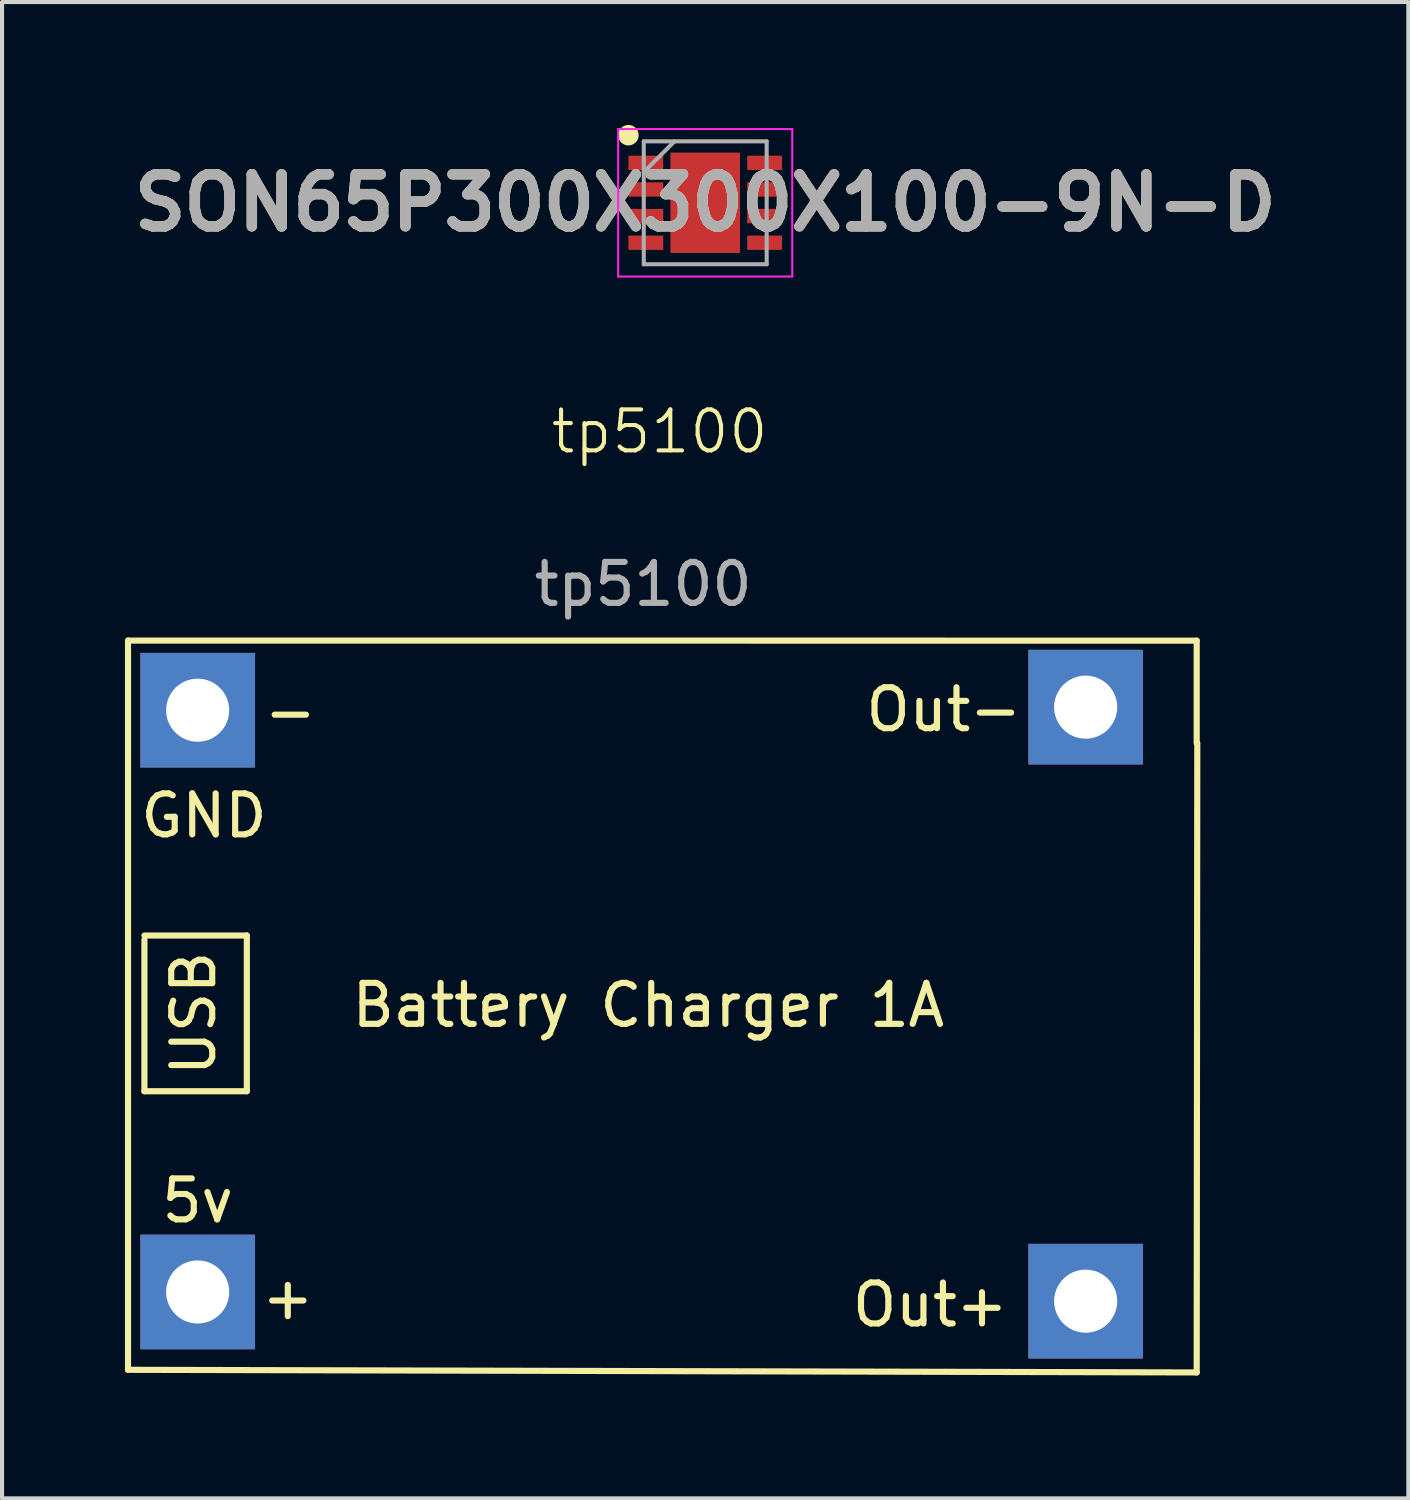
<source format=kicad_pcb>
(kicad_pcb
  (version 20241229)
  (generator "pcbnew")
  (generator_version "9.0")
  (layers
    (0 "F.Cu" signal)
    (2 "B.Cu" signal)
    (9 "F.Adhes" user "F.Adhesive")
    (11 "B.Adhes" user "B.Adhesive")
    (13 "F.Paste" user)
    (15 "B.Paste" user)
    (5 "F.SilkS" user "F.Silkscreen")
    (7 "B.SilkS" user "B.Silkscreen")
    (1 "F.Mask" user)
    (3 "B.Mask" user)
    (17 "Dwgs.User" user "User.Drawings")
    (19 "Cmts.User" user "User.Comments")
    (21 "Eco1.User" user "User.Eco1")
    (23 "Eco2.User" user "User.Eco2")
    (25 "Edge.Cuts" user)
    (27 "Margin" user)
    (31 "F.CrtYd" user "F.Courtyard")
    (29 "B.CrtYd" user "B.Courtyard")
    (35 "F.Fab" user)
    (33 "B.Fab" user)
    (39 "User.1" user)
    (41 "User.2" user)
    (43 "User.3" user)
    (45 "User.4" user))
  (footprint "tp5100"
    (layer "F.Cu")
    (at 12.85 21.636)
    (property "Reference" "tp5100" (at 0.2 -14.15 0) (unlocked yes) (layer "F.SilkS") (effects (font (size 1 1) (thickness 0.1))))
    (attr smd)
    (fp_line (start -12.775 -9.05) (end 13.31 -9.048) (stroke (width 0.15) (type solid)) (layer "F.SilkS"))
    (fp_line (start -12.775 8.75) (end -12.775 -9.05) (stroke (width 0.15) (type solid)) (layer "F.SilkS"))
    (fp_line (start -12.375 -1.85) (end -9.875 -1.85) (stroke (width 0.15) (type solid)) (layer "F.SilkS"))
    (fp_line (start -12.375 1.95) (end -12.375 -1.75) (stroke (width 0.15) (type solid)) (layer "F.SilkS"))
    (fp_line (start -9.875 -1.85) (end -9.875 1.95) (stroke (width 0.15) (type solid)) (layer "F.SilkS"))
    (fp_line (start -9.875 1.95) (end -12.375 1.95) (stroke (width 0.15) (type solid)) (layer "F.SilkS"))
    (fp_line (start 13.31 -9.048) (end 13.31 -6.548) (stroke (width 0.15) (type solid)) (layer "F.SilkS"))
    (fp_line (start 13.31 8.814) (end -12.775 8.75) (stroke (width 0.15) (type solid)) (layer "F.SilkS"))
    (fp_line (start 13.325 -6.55) (end 13.31 8.814) (stroke (width 0.15) (type solid)) (layer "F.SilkS"))
    (fp_text user "GND" (at -10.922 -4.775 0) (layer "F.SilkS") (effects (font (size 1 1) (thickness 0.15))))
    (fp_text user "+" (at -8.875 6.985 0) (layer "F.SilkS") (effects (font (size 1 1) (thickness 0.15))))
    (fp_text user "-" (at -8.814 -7.315 0) (layer "F.SilkS") (effects (font (size 1 1) (thickness 0.15))))
    (fp_text user "Out+" (at 6.807 7.163 0) (layer "F.SilkS") (effects (font (size 1 1) (thickness 0.15))))
    (fp_text user "5v" (at -11.075 4.623 0) (layer "F.SilkS") (effects (font (size 1 1) (thickness 0.15))))
    (fp_text user "USB" (at -11.175 0.05 90) (layer "F.SilkS") (effects (font (size 1 1) (thickness 0.15))))
    (fp_text user "Battery Charger 1A" (at -0.075 -0.15 0) (layer "F.SilkS") (effects (font (size 1 1) (thickness 0.15))))
    (fp_text user "Out-" (at 7.137 -7.366 0) (layer "F.SilkS") (effects (font (size 1 1) (thickness 0.15))))
    (fp_text user "${REFERENCE}" (at -0.2 -10.425 0) (unlocked yes) (layer "F.Fab") (effects (font (size 1 1) (thickness 0.15))))
    (pad "1" thru_hole rect (at -11.075 -7.35) (size 2.8 2.8) (drill 1.54) (layers "*.Cu" "*.Mask"))
    (pad "2" thru_hole rect (at -11.075 6.85) (size 2.8 2.8) (drill 1.54) (layers "*.Cu" "*.Mask"))
    (pad "3" thru_hole rect (at 10.6 -7.425) (size 2.8 2.8) (drill 1.54) (layers "*.Cu" "*.Mask"))
    (pad "4" thru_hole rect (at 10.6 7.075) (size 2.8 2.8) (drill 1.54) (layers "*.Cu" "*.Mask")))
  (footprint "SON65P300X300X100-9N-D"
    (layer "F.Cu")
    (at 14.164 1.9)
    (property "Reference" "SON65P300X300X100-9N-D" (at 0 0 0) (layer "F.SilkS") (effects (font (size 1.27 1.27) (thickness 0.254))))
    (attr smd)
    (fp_circle (center -1.875 -1.65) (end -1.875 -1.525) (stroke (width 0.25) (type solid)) (fill no) (layer "F.SilkS"))
    (fp_line (start -2.125 -1.8) (end 2.125 -1.8) (stroke (width 0.05) (type solid)) (layer "F.CrtYd"))
    (fp_line (start -2.125 1.8) (end -2.125 -1.8) (stroke (width 0.05) (type solid)) (layer "F.CrtYd"))
    (fp_line (start 2.125 -1.8) (end 2.125 1.8) (stroke (width 0.05) (type solid)) (layer "F.CrtYd"))
    (fp_line (start 2.125 1.8) (end -2.125 1.8) (stroke (width 0.05) (type solid)) (layer "F.CrtYd"))
    (fp_line (start -1.5 -1.5) (end 1.5 -1.5) (stroke (width 0.1) (type solid)) (layer "F.Fab"))
    (fp_line (start -1.5 -0.75) (end -0.75 -1.5) (stroke (width 0.1) (type solid)) (layer "F.Fab"))
    (fp_line (start -1.5 1.5) (end -1.5 -1.5) (stroke (width 0.1) (type solid)) (layer "F.Fab"))
    (fp_line (start 1.5 -1.5) (end 1.5 1.5) (stroke (width 0.1) (type solid)) (layer "F.Fab"))
    (fp_line (start 1.5 1.5) (end -1.5 1.5) (stroke (width 0.1) (type solid)) (layer "F.Fab"))
    (fp_text user "${REFERENCE}" (at 0 0 0) (layer "F.Fab") (effects (font (size 1.27 1.27) (thickness 0.254))))
    (pad "1" smd rect (at -1.45 -0.975 90) (size 0.35 0.85) (layers "F.Cu" "F.Mask" "F.Paste"))
    (pad "2" smd rect (at -1.45 -0.325 90) (size 0.35 0.85) (layers "F.Cu" "F.Mask" "F.Paste"))
    (pad "3" smd rect (at -1.45 0.325 90) (size 0.35 0.85) (layers "F.Cu" "F.Mask" "F.Paste"))
    (pad "4" smd rect (at -1.45 0.975 90) (size 0.35 0.85) (layers "F.Cu" "F.Mask" "F.Paste"))
    (pad "5" smd rect (at 1.45 0.975 90) (size 0.35 0.85) (layers "F.Cu" "F.Mask" "F.Paste"))
    (pad "6" smd rect (at 1.45 0.325 90) (size 0.35 0.85) (layers "F.Cu" "F.Mask" "F.Paste"))
    (pad "7" smd rect (at 1.45 -0.325 90) (size 0.35 0.85) (layers "F.Cu" "F.Mask" "F.Paste"))
    (pad "8" smd rect (at 1.45 -0.975 90) (size 0.35 0.85) (layers "F.Cu" "F.Mask" "F.Paste"))
    (pad "9" smd rect (at 0 0) (size 1.7 2.45) (layers "F.Cu" "F.Mask" "F.Paste")))
  (gr_rect
    (start -3 -3)
    (end 31.327 33.524)
    (stroke (width 0.1) (type default))
    (fill no)
    (layer "Edge.Cuts")))
</source>
